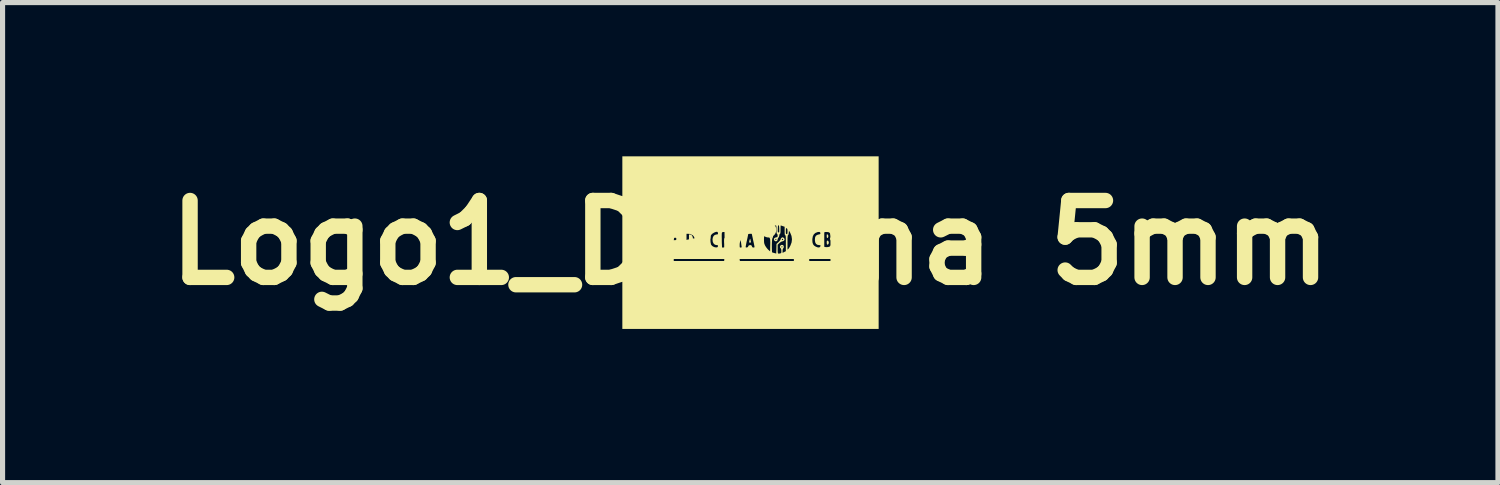
<source format=kicad_pcb>
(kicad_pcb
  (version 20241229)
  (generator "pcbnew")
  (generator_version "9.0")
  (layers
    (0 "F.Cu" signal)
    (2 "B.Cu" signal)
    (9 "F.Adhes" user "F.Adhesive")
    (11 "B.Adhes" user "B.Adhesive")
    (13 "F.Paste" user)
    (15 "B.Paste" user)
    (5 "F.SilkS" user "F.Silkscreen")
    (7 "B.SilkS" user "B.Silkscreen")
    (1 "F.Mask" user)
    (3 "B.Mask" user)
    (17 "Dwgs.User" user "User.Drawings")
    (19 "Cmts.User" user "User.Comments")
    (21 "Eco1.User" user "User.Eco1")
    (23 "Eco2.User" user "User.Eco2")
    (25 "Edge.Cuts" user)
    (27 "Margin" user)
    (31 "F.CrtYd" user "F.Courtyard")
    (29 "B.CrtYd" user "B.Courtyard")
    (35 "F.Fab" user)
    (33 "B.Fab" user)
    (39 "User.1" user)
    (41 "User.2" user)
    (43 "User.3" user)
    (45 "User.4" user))
  (footprint "Logo1_Decima 5mm"
    (layer "F.Cu")
    (at 11.586 1.683)
    (property "Reference" "Logo1_Decima 5mm" (at 0 0 0) (layer "F.SilkS") (effects (font (size 1.5 1.5) (thickness 0.3))))
    (attr board_only exclude_from_pos_files exclude_from_bom)
    (fp_poly (pts (xy 1.507 -0.159) (xy 1.519 -0.145) (xy 1.523 -0.124) (xy 1.518 -0.104) (xy 1.514 -0.097) (xy 1.502 -0.089) (xy 1.495 -0.093) (xy 1.492 -0.111) (xy 1.491 -0.128) (xy 1.492 -0.151) (xy 1.494 -0.162) (xy 1.5 -0.163)) (stroke (width 0) (type solid)) (fill yes) (layer "F.SilkS"))
    (fp_poly (pts (xy 1.52 -0.033) (xy 1.529 -0.016) (xy 1.532 0.004) (xy 1.526 0.024) (xy 1.522 0.03) (xy 1.507 0.04) (xy 1.497 0.035) (xy 1.492 0.015) (xy 1.491 0) (xy 1.492 -0.024) (xy 1.496 -0.036) (xy 1.504 -0.04) (xy 1.506 -0.04)) (stroke (width 0) (type solid)) (fill yes) (layer "F.SilkS"))
    (fp_poly (pts (xy -0.000166 -0.071) (xy 0.004 -0.056) (xy 0.008 -0.033) (xy 0.013 -0.015) (xy 0.013 -0.014) (xy 0.012 -0.004) (xy -0.000102 -0.000076) (xy -0.004 0) (xy -0.018 -0.001) (xy -0.022 -0.009) (xy -0.02 -0.026) (xy -0.014 -0.049) (xy -0.008 -0.068) (xy -0.004 -0.076)) (stroke (width 0) (type solid)) (fill yes) (layer "F.SilkS"))
    (fp_poly (pts (xy 1.069 -0.152) (xy 1.081 -0.133) (xy 1.085 -0.108) (xy 1.08 -0.08) (xy 1.068 -0.062) (xy 1.052 -0.056) (xy 1.044 -0.058) (xy 1.039 -0.065) (xy 1.037 -0.082) (xy 1.037 -0.108) (xy 1.037 -0.136) (xy 1.039 -0.151) (xy 1.045 -0.158) (xy 1.052 -0.159)) (stroke (width 0) (type solid)) (fill yes) (layer "F.SilkS"))
    (fp_poly (pts (xy -1.151 -0.152) (xy -1.132 -0.132) (xy -1.121 -0.101) (xy -1.117 -0.06) (xy -1.119 -0.035) (xy -1.127 -0.002) (xy -1.144 0.023) (xy -1.165 0.038) (xy -1.178 0.04) (xy -1.185 0.039) (xy -1.191 0.036) (xy -1.194 0.028) (xy -1.195 0.011) (xy -1.196 -0.016) (xy -1.196 -0.056) (xy -1.196 -0.06) (xy -1.196 -0.159) (xy -1.176 -0.159)) (stroke (width 0) (type solid)) (fill yes) (layer "F.SilkS"))
    (fp_poly (pts (xy 2.504 0) (xy 2.504 1.683) (xy 0.004 1.683) (xy -2.496 1.683) (xy -2.496 0.339) (xy -1.571 0.339) (xy -1.571 0.359) (xy 0.008 0.359) (xy 1.587 0.359) (xy 1.587 0.339) (xy 1.587 0.319) (xy 0.008 0.319) (xy -1.571 0.319) (xy -1.571 0.339) (xy -2.496 0.339) (xy -2.496 0) (xy -2.496 -0.06) (xy -1.571 -0.06) (xy -1.571 0.088) (xy -1.507 0.088) (xy -1.442 0.088) (xy -1.445 0.064) (xy -1.363 0.064) (xy -1.361 0.083) (xy -1.361 0.084) (xy -1.351 0.094) (xy -1.345 0.096) (xy -1.331 0.09) (xy -1.324 0.084) (xy -1.318 0.071) (xy -1.324 0.06) (xy -1.339 0.049) (xy -1.354 0.052) (xy -1.363 0.064) (xy -1.445 0.064) (xy -1.445 0.062) (xy -1.448 0.045) (xy -1.455 0.037) (xy -1.473 0.034) (xy -1.481 0.033) (xy -1.515 0.031) (xy -1.515 -0.008) (xy -1.515 -0.048) (xy -1.479 -0.048) (xy -1.457 -0.049) (xy -1.447 -0.053) (xy -1.444 -0.06) (xy -1.244 -0.06) (xy -1.244 -0.003) (xy -1.243 0.039) (xy -1.241 0.068) (xy -1.238 0.084) (xy -1.235 0.09) (xy -1.22 0.09) (xy -1.196 0.088) (xy -1.167 0.084) (xy -1.14 0.079) (xy -1.121 0.074) (xy -1.117 0.072) (xy -1.103 0.06) (xy -1.088 0.041) (xy -1.083 0.034) (xy -1.073 0.014) (xy -1.067 -0.006) (xy -1.065 -0.034) (xy -1.065 -0.056) (xy -1.07 -0.11) (xy -1.082 -0.152) (xy -1.104 -0.181) (xy -1.135 -0.199) (xy -1.173 -0.206) (xy -0.989 -0.206) (xy -0.989 -0.059) (xy -0.989 0.088) (xy -0.925 0.088) (xy -0.86 0.088) (xy -0.863 0.062) (xy -0.866 0.045) (xy -0.873 0.037) (xy -0.89 0.034) (xy -0.9 0.033) (xy -0.934 0.031) (xy -0.931 -0.006) (xy -0.929 -0.044) (xy -0.895 -0.046) (xy -0.874 -0.049) (xy -0.868 -0.052) (xy -0.785 -0.052) (xy -0.781 -0.004) (xy -0.769 0.033) (xy -0.748 0.06) (xy -0.736 0.07) (xy -0.704 0.087) (xy -0.672 0.093) (xy -0.658 0.093) (xy -0.64 0.089) (xy -0.633 0.078) (xy -0.631 0.07) (xy -0.631 0.055) (xy -0.639 0.049) (xy -0.656 0.048) (xy -0.689 0.041) (xy -0.714 0.02) (xy -0.731 -0.013) (xy -0.732 -0.018) (xy -0.737 -0.06) (xy -0.731 -0.098) (xy -0.723 -0.116) (xy -0.557 -0.116) (xy -0.556 -0.076) (xy -0.556 -0.034) (xy -0.555 0.008) (xy -0.553 0.045) (xy -0.552 0.074) (xy -0.551 0.092) (xy -0.551 0.094) (xy -0.543 0.096) (xy -0.528 0.096) (xy -0.512 0.093) (xy -0.502 0.089) (xy -0.501 0.088) (xy -0.501 0.084) (xy -0.424 0.084) (xy -0.424 0.092) (xy -0.414 0.095) (xy -0.398 0.096) (xy -0.387 0.095) (xy -0.38 0.09) (xy -0.376 0.078) (xy -0.373 0.056) (xy -0.371 0.037) (xy -0.367 -0.001) (xy -0.362 -0.023) (xy -0.357 -0.03) (xy -0.35 -0.021) (xy -0.341 0.003) (xy -0.335 0.027) (xy -0.326 0.06) (xy -0.319 0.08) (xy -0.312 0.091) (xy -0.304 0.095) (xy -0.295 0.096) (xy -0.284 0.095) (xy -0.277 0.09) (xy -0.271 0.077) (xy -0.265 0.055) (xy -0.26 0.032) (xy -0.253 0.003) (xy -0.246 -0.02) (xy -0.241 -0.031) (xy -0.24 -0.032) (xy -0.235 -0.025) (xy -0.231 -0.006) (xy -0.227 0.018) (xy -0.223 0.054) (xy -0.219 0.076) (xy -0.213 0.089) (xy -0.205 0.094) (xy -0.192 0.096) (xy -0.19 0.096) (xy -0.174 0.094) (xy -0.17 0.09) (xy -0.09 0.09) (xy -0.08 0.094) (xy -0.065 0.094) (xy -0.047 0.086) (xy -0.04 0.072) (xy -0.033 0.058) (xy -0.019 0.051) (xy -0.007 0.049) (xy 0.013 0.049) (xy 0.024 0.056) (xy 0.031 0.071) (xy 0.041 0.09) (xy 0.056 0.096) (xy 0.058 0.096) (xy 0.074 0.094) (xy 0.081 0.091) (xy 0.082 0.082) (xy 0.079 0.062) (xy 0.073 0.033) (xy 0.072 0.026) (xy 0.064 -0.01) (xy 0.054 -0.054) (xy 0.052 -0.064) (xy 0.267 -0.064) (xy 0.268 -0.026) (xy 0.27 0.002) (xy 0.275 0.024) (xy 0.284 0.046) (xy 0.289 0.057) (xy 0.308 0.088) (xy 0.333 0.12) (xy 0.349 0.137) (xy 0.387 0.171) (xy 0.388 0.101) (xy 0.421 0.101) (xy 0.422 0.139) (xy 0.423 0.168) (xy 0.424 0.185) (xy 0.425 0.189) (xy 0.435 0.193) (xy 0.456 0.2) (xy 0.468 0.203) (xy 0.506 0.213) (xy 0.509 0.119) (xy 0.511 0.026) (xy 0.551 -0.011) (xy 0.571 -0.032) (xy 0.585 -0.05) (xy 0.59 -0.061) (xy 0.592 -0.067) (xy 0.616 -0.067) (xy 0.618 -0.056) (xy 0.629 -0.048) (xy 0.641 -0.054) (xy 0.641 -0.055) (xy 0.64 -0.065) (xy 0.635 -0.071) (xy 0.623 -0.075) (xy 0.616 -0.067) (xy 0.592 -0.067) (xy 0.596 -0.079) (xy 0.61 -0.095) (xy 0.626 -0.104) (xy 0.629 -0.104) (xy 0.646 -0.098) (xy 0.661 -0.084) (xy 0.67 -0.067) (xy 0.67 -0.065) (xy 0.663 -0.046) (xy 0.646 -0.031) (xy 0.624 -0.024) (xy 0.623 -0.024) (xy 0.602 -0.017) (xy 0.575 0.002) (xy 0.568 0.009) (xy 0.534 0.041) (xy 0.534 0.128) (xy 0.534 0.168) (xy 0.536 0.193) (xy 0.54 0.208) (xy 0.547 0.214) (xy 0.56 0.214) (xy 0.58 0.211) (xy 0.581 0.21) (xy 0.596 0.207) (xy 0.603 0.2) (xy 0.606 0.185) (xy 0.606 0.163) (xy 0.604 0.134) (xy 0.598 0.117) (xy 0.596 0.114) (xy 0.581 0.098) (xy 0.579 0.084) (xy 0.606 0.084) (xy 0.611 0.093) (xy 0.62 0.092) (xy 0.628 0.081) (xy 0.625 0.073) (xy 0.619 0.072) (xy 0.608 0.078) (xy 0.606 0.084) (xy 0.579 0.084) (xy 0.578 0.079) (xy 0.585 0.061) (xy 0.599 0.048) (xy 0.618 0.043) (xy 0.638 0.048) (xy 0.65 0.062) (xy 0.654 0.083) (xy 0.649 0.104) (xy 0.642 0.112) (xy 0.633 0.128) (xy 0.63 0.157) (xy 0.63 0.161) (xy 0.63 0.2) (xy 0.662 0.183) (xy 0.694 0.167) (xy 0.694 0.012) (xy 0.694 -0.002) (xy 0.726 -0.002) (xy 0.726 0.138) (xy 0.742 0.123) (xy 0.754 0.109) (xy 0.768 0.085) (xy 0.783 0.057) (xy 0.806 -0.005) (xy 0.812 -0.056) (xy 0.989 -0.056) (xy 0.989 0.096) (xy 1.012 0.096) (xy 1.025 0.095) (xy 1.032 0.091) (xy 1.036 0.08) (xy 1.038 0.058) (xy 1.038 0.042) (xy 1.041 -0.011) (xy 1.069 -0.017) (xy 1.093 -0.027) (xy 1.115 -0.044) (xy 1.115 -0.045) (xy 1.12 -0.051) (xy 1.21 -0.051) (xy 1.213 -0.005) (xy 1.224 0.03) (xy 1.243 0.056) (xy 1.273 0.076) (xy 1.276 0.078) (xy 1.312 0.092) (xy 1.34 0.095) (xy 1.359 0.086) (xy 1.363 0.08) (xy 1.371 0.061) (xy 1.366 0.051) (xy 1.347 0.048) (xy 1.343 0.048) (xy 1.308 0.042) (xy 1.282 0.024) (xy 1.278 0.016) (xy 1.443 0.016) (xy 1.443 0.047) (xy 1.443 0.069) (xy 1.443 0.078) (xy 1.45 0.084) (xy 1.469 0.087) (xy 1.493 0.088) (xy 1.519 0.086) (xy 1.541 0.08) (xy 1.543 0.08) (xy 1.564 0.064) (xy 1.577 0.039) (xy 1.583 0.008) (xy 1.58 -0.023) (xy 1.568 -0.05) (xy 1.563 -0.056) (xy 1.553 -0.069) (xy 1.556 -0.08) (xy 1.559 -0.085) (xy 1.57 -0.11) (xy 1.571 -0.141) (xy 1.563 -0.17) (xy 1.551 -0.188) (xy 1.536 -0.2) (xy 1.518 -0.206) (xy 1.49 -0.207) (xy 1.488 -0.207) (xy 1.462 -0.207) (xy 1.448 -0.203) (xy 1.444 -0.197) (xy 1.443 -0.193) (xy 1.443 -0.172) (xy 1.443 -0.142) (xy 1.443 -0.104) (xy 1.443 -0.063) (xy 1.443 -0.022) (xy 1.443 0.016) (xy 1.278 0.016) (xy 1.266 -0.007) (xy 1.26 -0.05) (xy 1.26 -0.057) (xy 1.264 -0.1) (xy 1.277 -0.13) (xy 1.301 -0.149) (xy 1.337 -0.16) (xy 1.347 -0.161) (xy 1.363 -0.168) (xy 1.368 -0.182) (xy 1.363 -0.2) (xy 1.347 -0.209) (xy 1.319 -0.207) (xy 1.314 -0.206) (xy 1.272 -0.19) (xy 1.24 -0.163) (xy 1.22 -0.124) (xy 1.211 -0.074) (xy 1.21 -0.051) (xy 1.12 -0.051) (xy 1.126 -0.059) (xy 1.131 -0.074) (xy 1.132 -0.096) (xy 1.131 -0.118) (xy 1.128 -0.148) (xy 1.123 -0.167) (xy 1.114 -0.181) (xy 1.106 -0.188) (xy 1.089 -0.2) (xy 1.069 -0.206) (xy 1.04 -0.207) (xy 1.036 -0.207) (xy 0.989 -0.207) (xy 0.989 -0.056) (xy 0.812 -0.056) (xy 0.813 -0.068) (xy 0.804 -0.13) (xy 0.78 -0.19) (xy 0.775 -0.199) (xy 0.754 -0.235) (xy 0.751 -0.193) (xy 0.747 -0.163) (xy 0.74 -0.148) (xy 0.737 -0.146) (xy 0.733 -0.142) (xy 0.73 -0.132) (xy 0.728 -0.113) (xy 0.726 -0.085) (xy 0.726 -0.044) (xy 0.726 -0.002) (xy 0.694 -0.002) (xy 0.694 -0.042) (xy 0.693 -0.083) (xy 0.692 -0.111) (xy 0.69 -0.129) (xy 0.688 -0.139) (xy 0.684 -0.143) (xy 0.682 -0.144) (xy 0.676 -0.146) (xy 0.673 -0.156) (xy 0.671 -0.175) (xy 0.67 -0.205) (xy 0.67 -0.227) (xy 0.67 -0.228) (xy 0.694 -0.228) (xy 0.694 -0.197) (xy 0.696 -0.179) (xy 0.7 -0.17) (xy 0.707 -0.168) (xy 0.71 -0.167) (xy 0.718 -0.169) (xy 0.723 -0.176) (xy 0.725 -0.193) (xy 0.726 -0.219) (xy 0.725 -0.248) (xy 0.722 -0.266) (xy 0.715 -0.275) (xy 0.71 -0.279) (xy 0.702 -0.283) (xy 0.697 -0.28) (xy 0.695 -0.269) (xy 0.694 -0.247) (xy 0.694 -0.228) (xy 0.67 -0.228) (xy 0.67 -0.31) (xy 0.633 -0.322) (xy 0.611 -0.33) (xy 0.596 -0.334) (xy 0.593 -0.335) (xy 0.592 -0.328) (xy 0.591 -0.308) (xy 0.59 -0.278) (xy 0.59 -0.255) (xy 0.59 -0.217) (xy 0.588 -0.192) (xy 0.585 -0.177) (xy 0.579 -0.171) (xy 0.578 -0.17) (xy 0.569 -0.159) (xy 0.566 -0.14) (xy 0.56 -0.114) (xy 0.55 -0.1) (xy 0.538 -0.081) (xy 0.534 -0.064) (xy 0.528 -0.041) (xy 0.513 -0.028) (xy 0.494 -0.025) (xy 0.476 -0.034) (xy 0.465 -0.047) (xy 0.461 -0.067) (xy 0.487 -0.067) (xy 0.489 -0.056) (xy 0.492 -0.053) (xy 0.502 -0.052) (xy 0.51 -0.06) (xy 0.51 -0.064) (xy 0.504 -0.071) (xy 0.498 -0.072) (xy 0.487 -0.067) (xy 0.461 -0.067) (xy 0.46 -0.071) (xy 0.47 -0.089) (xy 0.493 -0.1) (xy 0.512 -0.105) (xy 0.524 -0.108) (xy 0.532 -0.118) (xy 0.534 -0.135) (xy 0.532 -0.154) (xy 0.526 -0.168) (xy 0.522 -0.17) (xy 0.517 -0.176) (xy 0.513 -0.188) (xy 0.511 -0.211) (xy 0.511 -0.236) (xy 0.535 -0.236) (xy 0.536 -0.215) (xy 0.538 -0.204) (xy 0.543 -0.2) (xy 0.55 -0.199) (xy 0.558 -0.2) (xy 0.563 -0.205) (xy 0.565 -0.218) (xy 0.565 -0.24) (xy 0.565 -0.269) (xy 0.563 -0.304) (xy 0.56 -0.325) (xy 0.556 -0.336) (xy 0.55 -0.339) (xy 0.544 -0.336) (xy 0.54 -0.325) (xy 0.538 -0.303) (xy 0.536 -0.269) (xy 0.535 -0.236) (xy 0.511 -0.236) (xy 0.51 -0.247) (xy 0.51 -0.255) (xy 0.51 -0.291) (xy 0.509 -0.314) (xy 0.507 -0.328) (xy 0.502 -0.333) (xy 0.495 -0.335) (xy 0.493 -0.335) (xy 0.473 -0.332) (xy 0.45 -0.326) (xy 0.449 -0.325) (xy 0.423 -0.316) (xy 0.423 -0.237) (xy 0.423 -0.196) (xy 0.426 -0.168) (xy 0.431 -0.149) (xy 0.436 -0.139) (xy 0.444 -0.124) (xy 0.444 -0.111) (xy 0.436 -0.094) (xy 0.436 -0.093) (xy 0.43 -0.08) (xy 0.426 -0.062) (xy 0.424 -0.038) (xy 0.422 -0.004) (xy 0.421 0.043) (xy 0.421 0.058) (xy 0.421 0.101) (xy 0.388 0.101) (xy 0.389 0.049) (xy 0.39 -0.000029) (xy 0.389 -0.035) (xy 0.388 -0.06) (xy 0.385 -0.075) (xy 0.381 -0.085) (xy 0.379 -0.087) (xy 0.368 -0.11) (xy 0.37 -0.123) (xy 0.392 -0.123) (xy 0.394 -0.112) (xy 0.396 -0.109) (xy 0.408 -0.104) (xy 0.414 -0.112) (xy 0.415 -0.116) (xy 0.408 -0.126) (xy 0.403 -0.128) (xy 0.392 -0.123) (xy 0.37 -0.123) (xy 0.372 -0.133) (xy 0.379 -0.144) (xy 0.385 -0.155) (xy 0.389 -0.173) (xy 0.39 -0.201) (xy 0.389 -0.228) (xy 0.387 -0.299) (xy 0.344 -0.257) (xy 0.31 -0.22) (xy 0.288 -0.184) (xy 0.274 -0.145) (xy 0.268 -0.098) (xy 0.267 -0.064) (xy 0.052 -0.064) (xy 0.045 -0.099) (xy 0.04 -0.122) (xy 0.021 -0.207) (xy -0.005 -0.207) (xy -0.023 -0.206) (xy -0.032 -0.202) (xy -0.032 -0.201) (xy -0.034 -0.192) (xy -0.039 -0.17) (xy -0.046 -0.137) (xy -0.054 -0.097) (xy -0.063 -0.056) (xy -0.073 -0.011) (xy -0.081 0.029) (xy -0.087 0.061) (xy -0.09 0.082) (xy -0.09 0.09) (xy -0.17 0.09) (xy -0.168 0.087) (xy -0.17 0.07) (xy -0.173 0.052) (xy -0.177 0.023) (xy -0.182 -0.015) (xy -0.187 -0.057) (xy -0.188 -0.064) (xy -0.194 -0.115) (xy -0.199 -0.152) (xy -0.203 -0.178) (xy -0.206 -0.194) (xy -0.211 -0.203) (xy -0.216 -0.207) (xy -0.224 -0.207) (xy -0.231 -0.207) (xy -0.241 -0.207) (xy -0.249 -0.203) (xy -0.255 -0.193) (xy -0.261 -0.175) (xy -0.268 -0.145) (xy -0.271 -0.13) (xy -0.279 -0.096) (xy -0.287 -0.068) (xy -0.293 -0.05) (xy -0.295 -0.045) (xy -0.301 -0.048) (xy -0.308 -0.064) (xy -0.316 -0.089) (xy -0.324 -0.12) (xy -0.331 -0.152) (xy -0.337 -0.181) (xy -0.342 -0.198) (xy -0.35 -0.205) (xy -0.362 -0.206) (xy -0.37 -0.206) (xy -0.395 -0.203) (xy -0.411 -0.058) (xy -0.416 -0.011) (xy -0.42 0.03) (xy -0.423 0.062) (xy -0.424 0.084) (xy -0.501 0.084) (xy -0.5 0.078) (xy -0.5 0.054) (xy -0.5 0.02) (xy -0.5 -0.022) (xy -0.501 -0.064) (xy -0.503 -0.207) (xy -0.527 -0.207) (xy -0.545 -0.204) (xy -0.554 -0.192) (xy -0.555 -0.187) (xy -0.556 -0.174) (xy -0.557 -0.15) (xy -0.557 -0.116) (xy -0.723 -0.116) (xy -0.716 -0.129) (xy -0.693 -0.15) (xy -0.662 -0.159) (xy -0.657 -0.159) (xy -0.639 -0.161) (xy -0.631 -0.168) (xy -0.63 -0.183) (xy -0.635 -0.203) (xy -0.648 -0.212) (xy -0.672 -0.209) (xy -0.707 -0.195) (xy -0.708 -0.194) (xy -0.743 -0.172) (xy -0.766 -0.146) (xy -0.78 -0.111) (xy -0.785 -0.067) (xy -0.785 -0.052) (xy -0.868 -0.052) (xy -0.864 -0.054) (xy -0.861 -0.066) (xy -0.861 -0.072) (xy -0.862 -0.087) (xy -0.868 -0.094) (xy -0.884 -0.096) (xy -0.897 -0.096) (xy -0.933 -0.096) (xy -0.933 -0.128) (xy -0.933 -0.159) (xy -0.897 -0.159) (xy -0.875 -0.16) (xy -0.865 -0.164) (xy -0.861 -0.174) (xy -0.861 -0.183) (xy -0.863 -0.197) (xy -0.868 -0.205) (xy -0.881 -0.209) (xy -0.905 -0.21) (xy -0.938 -0.209) (xy -0.989 -0.206) (xy -1.173 -0.206) (xy -1.177 -0.207) (xy -1.194 -0.207) (xy -1.244 -0.207) (xy -1.244 -0.06) (xy -1.444 -0.06) (xy -1.444 -0.063) (xy -1.443 -0.072) (xy -1.444 -0.086) (xy -1.451 -0.093) (xy -1.466 -0.096) (xy -1.479 -0.096) (xy -1.515 -0.096) (xy -1.515 -0.128) (xy -1.515 -0.159) (xy -1.48 -0.159) (xy -1.458 -0.161) (xy -1.447 -0.166) (xy -1.442 -0.177) (xy -1.442 -0.179) (xy -1.44 -0.196) (xy -1.442 -0.203) (xy -1.451 -0.205) (xy -1.473 -0.207) (xy -1.501 -0.207) (xy -1.509 -0.207) (xy -1.571 -0.207) (xy -1.571 -0.06) (xy -2.496 -0.06) (xy -2.496 -1.683) (xy 0.004 -1.683) (xy 2.504 -1.683)) (stroke (width 0) (type solid)) (fill yes) (layer "F.SilkS")))
  (gr_rect
    (start -3 -3)
    (end 26.171 6.365)
    (stroke (width 0.1) (type default))
    (fill no)
    (layer "Edge.Cuts")))
</source>
